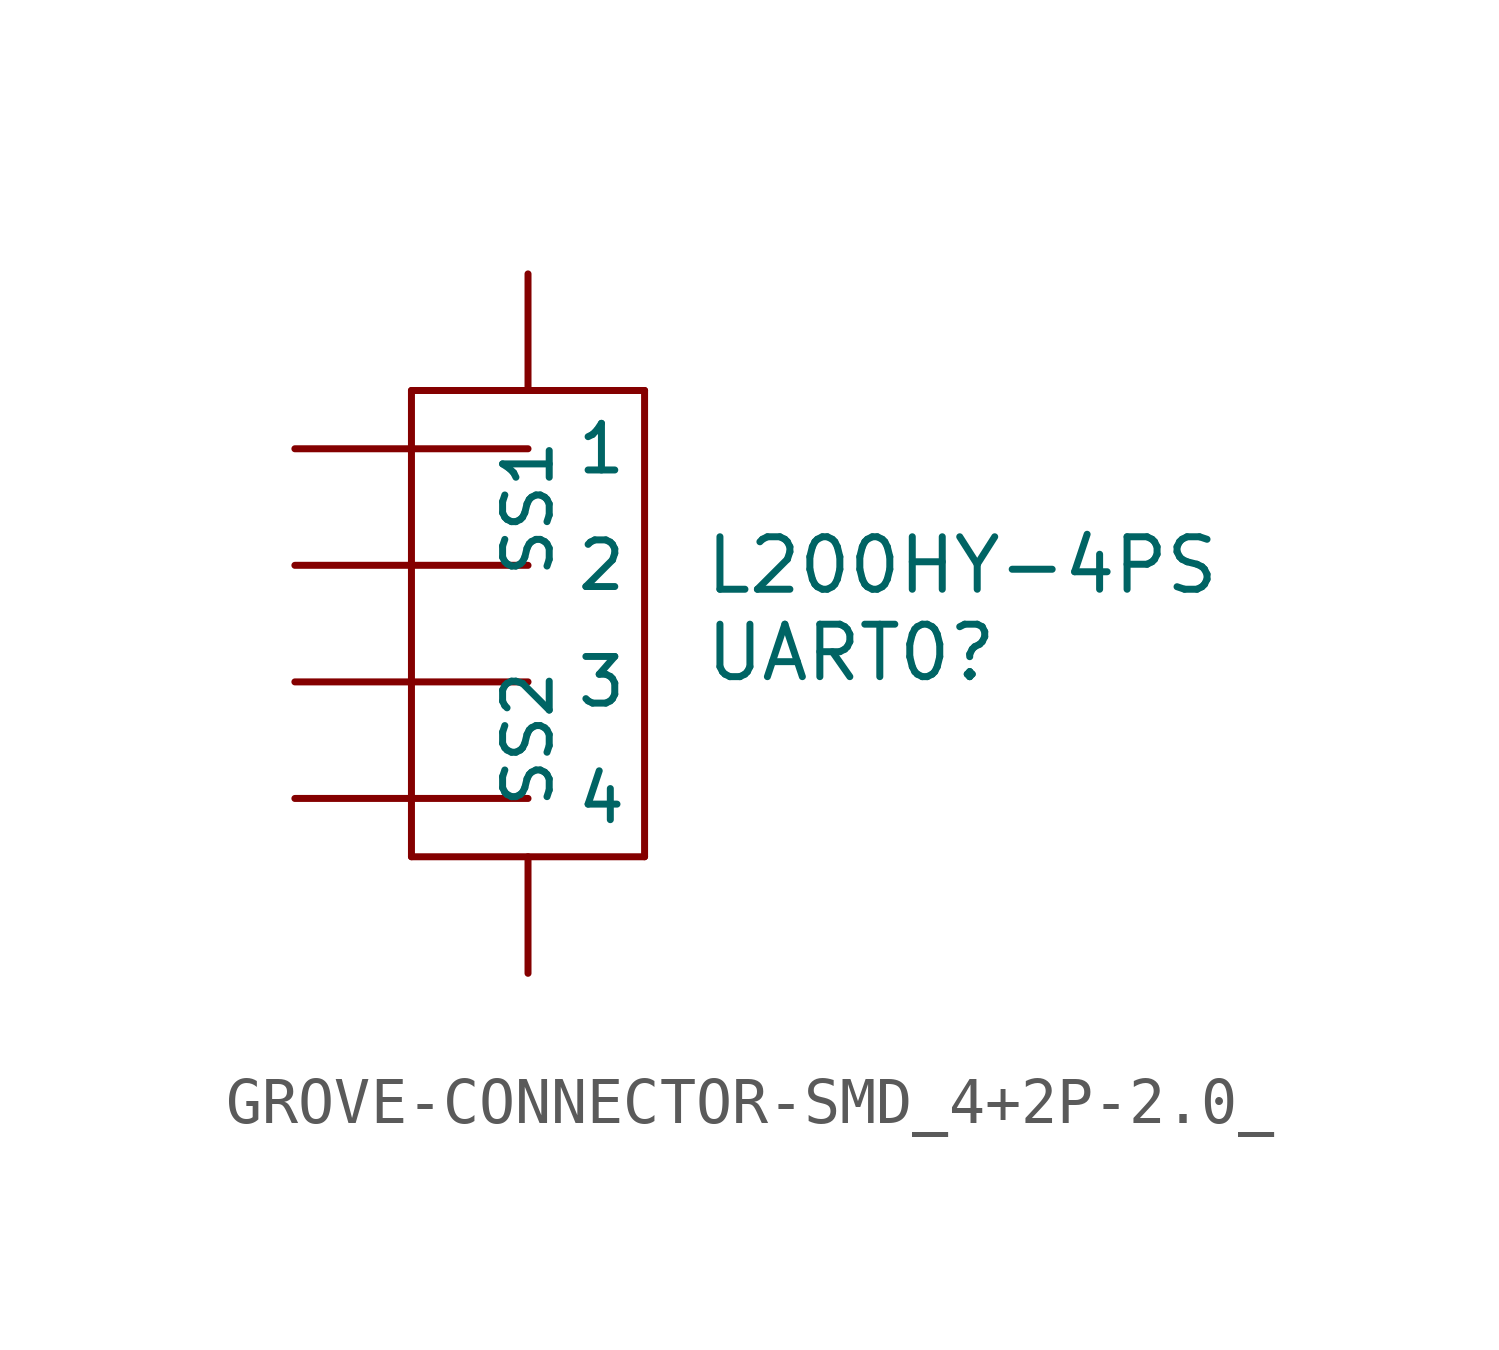
<source format=kicad_sym>
(kicad_symbol_lib
  (version 20241209)
  (generator "kicad_symbol_editor")
  (generator_version "9.0")
  (symbol "GROVE-CONNECTOR-SMD_4+2P-2.0_"
    (pin_numbers
      (hide yes))
    (pin_names
      (offset 1.016))
    (property "Reference" "UART0"
      (at 3.81 -0.635 0)
      (effects (font (size 1.143 1.143)) (justify left)))
    (property "Value" "L200HY-4PS"
      (at 3.81 1.27 0)
      (effects (font (size 1.143 1.143)) (justify left)))
    (symbol "GROVE-CONNECTOR-SMD_4+2P-2.0__1_0"
      (polyline (pts (xy -2.54 5.08) (xy 2.54 5.08)) (stroke (width 0) (type solid)) (fill (type none)))
      (polyline (pts (xy -2.54 -5.08) (xy -2.54 5.08)) (stroke (width 0) (type solid)) (fill (type none)))
      (polyline (pts (xy 2.54 5.08) (xy 2.54 -5.08)) (stroke (width 0) (type solid)) (fill (type none)))
      (polyline (pts (xy 2.54 -5.08) (xy -2.54 -5.08)) (stroke (width 0) (type solid)) (fill (type none))))
    (symbol "GROVE-CONNECTOR-SMD_4+2P-2.0__1_1"
      (pin bidirectional line (at -5.08 3.81 0) (length 5.08) (name "1" (effects (font (size 1.016 1.016)))) (number "1" (effects (font (size 1.016 1.016)))))
      (pin bidirectional line (at -5.08 1.27 0) (length 5.08) (name "2" (effects (font (size 1.016 1.016)))) (number "2" (effects (font (size 1.016 1.016)))))
      (pin power_out line (at -5.08 -1.27 0) (length 5.08) (name "3" (effects (font (size 1.016 1.016)))) (number "3" (effects (font (size 1.016 1.016)))))
      (pin power_out line (at -5.08 -3.81 0) (length 5.08) (name "4" (effects (font (size 1.016 1.016)))) (number "4" (effects (font (size 1.016 1.016)))))
      (pin passive line (at 0 7.62 270) (length 2.54) (name "SS1" (effects (font (size 1.016 1.016)))) (number "5" (effects (font (size 1.016 1.016)))))
      (pin passive line (at 0 -7.62 90) (length 2.54) (name "SS2" (effects (font (size 1.016 1.016)))) (number "6" (effects (font (size 1.016 1.016))))))))
</source>
